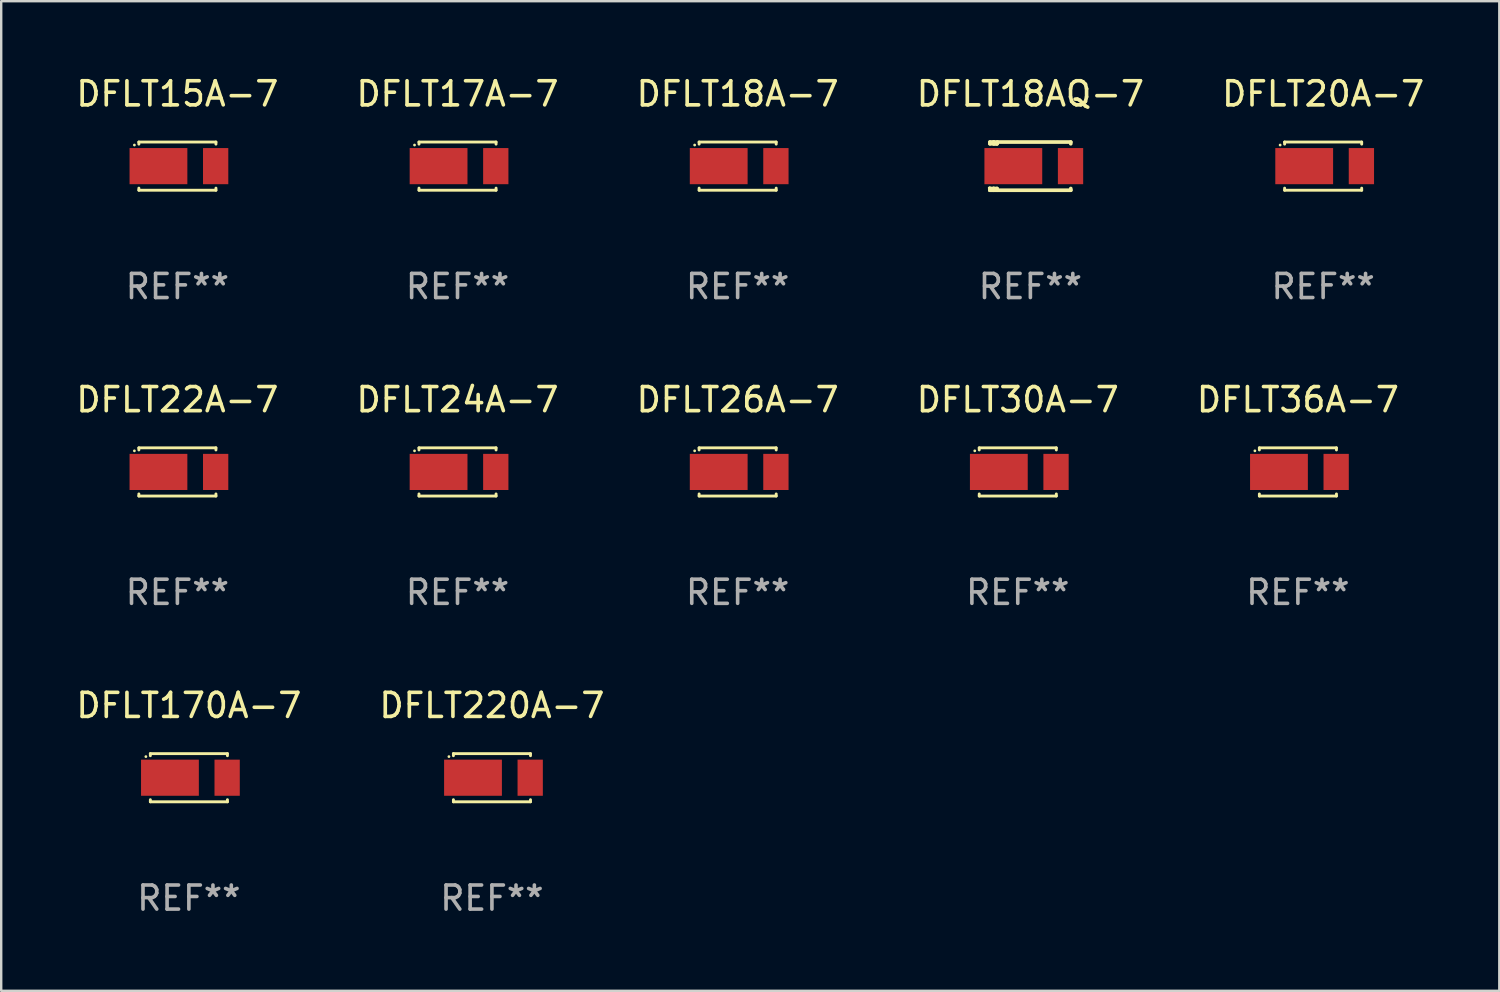
<source format=kicad_pcb>
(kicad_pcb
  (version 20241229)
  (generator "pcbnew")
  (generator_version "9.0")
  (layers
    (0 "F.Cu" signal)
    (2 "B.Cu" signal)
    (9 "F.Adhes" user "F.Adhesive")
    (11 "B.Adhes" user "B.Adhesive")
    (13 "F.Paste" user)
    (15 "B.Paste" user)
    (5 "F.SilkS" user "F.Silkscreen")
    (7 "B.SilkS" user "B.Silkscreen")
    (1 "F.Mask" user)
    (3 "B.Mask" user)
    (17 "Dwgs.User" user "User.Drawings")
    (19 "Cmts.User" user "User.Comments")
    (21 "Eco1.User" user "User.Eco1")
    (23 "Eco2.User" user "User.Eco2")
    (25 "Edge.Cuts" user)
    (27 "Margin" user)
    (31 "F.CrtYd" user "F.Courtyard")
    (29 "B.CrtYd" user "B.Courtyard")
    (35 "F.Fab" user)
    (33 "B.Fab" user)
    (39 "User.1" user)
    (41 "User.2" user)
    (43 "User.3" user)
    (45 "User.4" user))
  (footprint "DFLT18A-7"
    (layer "F.Cu")
    (at 27.577 3.848)
    (property "Reference" "DFLT18A-7" (at 0 -3 0) (layer "F.SilkS") (effects (font (size 1 1) (thickness 0.15))))
    (attr through_hole)
    (fp_line (start -1.599 -1) (end -1.599 -0.913) (stroke (width 0.12) (type solid)) (layer "F.SilkS"))
    (fp_line (start -1.599 0.913) (end -1.599 1) (stroke (width 0.12) (type solid)) (layer "F.SilkS"))
    (fp_line (start -1.599 1) (end 1.601 1) (stroke (width 0.12) (type solid)) (layer "F.SilkS"))
    (fp_line (start 1.599 -1) (end -1.601 -1) (stroke (width 0.12) (type solid)) (layer "F.SilkS"))
    (fp_line (start 1.601 -1) (end 1.601 -0.913) (stroke (width 0.12) (type solid)) (layer "F.SilkS"))
    (fp_line (start 1.601 0.913) (end 1.601 1) (stroke (width 0.12) (type solid)) (layer "F.SilkS"))
    (fp_circle (center -1.785 -0.876) (end -1.755 -0.876) (stroke (width 0.06) (type solid)) (fill no) (layer "F.SilkS"))
    (fp_text user "REF**" (at 0 5 0) (layer "F.Fab") (effects (font (size 1 1) (thickness 0.15))))
    (pad "1" smd rect (at -0.786 0 180) (size 2.4 1.5) (layers "F.Cu" "F.Mask" "F.Paste"))
    (pad "2" smd rect (at 1.589 0 180) (size 1.05 1.5) (layers "F.Cu" "F.Mask" "F.Paste")))
  (footprint "DFLT170A-7"
    (layer "F.Cu")
    (at 4.792 29.241)
    (property "Reference" "DFLT170A-7" (at 0 -3 0) (layer "F.SilkS") (effects (font (size 1 1) (thickness 0.15))))
    (attr through_hole)
    (fp_line (start -1.599 -1) (end -1.599 -0.913) (stroke (width 0.12) (type solid)) (layer "F.SilkS"))
    (fp_line (start -1.599 0.913) (end -1.599 1) (stroke (width 0.12) (type solid)) (layer "F.SilkS"))
    (fp_line (start -1.599 1) (end 1.601 1) (stroke (width 0.12) (type solid)) (layer "F.SilkS"))
    (fp_line (start 1.599 -1) (end -1.601 -1) (stroke (width 0.12) (type solid)) (layer "F.SilkS"))
    (fp_line (start 1.601 -1) (end 1.601 -0.913) (stroke (width 0.12) (type solid)) (layer "F.SilkS"))
    (fp_line (start 1.601 0.913) (end 1.601 1) (stroke (width 0.12) (type solid)) (layer "F.SilkS"))
    (fp_circle (center -1.785 -0.876) (end -1.755 -0.876) (stroke (width 0.06) (type solid)) (fill no) (layer "F.SilkS"))
    (fp_text user "REF**" (at 0 5 0) (layer "F.Fab") (effects (font (size 1 1) (thickness 0.15))))
    (pad "1" smd rect (at -0.786 0 180) (size 2.4 1.5) (layers "F.Cu" "F.Mask" "F.Paste"))
    (pad "2" smd rect (at 1.589 0 180) (size 1.05 1.5) (layers "F.Cu" "F.Mask" "F.Paste")))
  (footprint "DFLT30A-7"
    (layer "F.Cu")
    (at 39.208 16.545)
    (property "Reference" "DFLT30A-7" (at 0 -3 0) (layer "F.SilkS") (effects (font (size 1 1) (thickness 0.15))))
    (attr through_hole)
    (fp_line (start -1.599 -1) (end -1.599 -0.913) (stroke (width 0.12) (type solid)) (layer "F.SilkS"))
    (fp_line (start -1.599 0.913) (end -1.599 1) (stroke (width 0.12) (type solid)) (layer "F.SilkS"))
    (fp_line (start -1.599 1) (end 1.601 1) (stroke (width 0.12) (type solid)) (layer "F.SilkS"))
    (fp_line (start 1.599 -1) (end -1.601 -1) (stroke (width 0.12) (type solid)) (layer "F.SilkS"))
    (fp_line (start 1.601 -1) (end 1.601 -0.913) (stroke (width 0.12) (type solid)) (layer "F.SilkS"))
    (fp_line (start 1.601 0.913) (end 1.601 1) (stroke (width 0.12) (type solid)) (layer "F.SilkS"))
    (fp_circle (center -1.785 -0.876) (end -1.755 -0.876) (stroke (width 0.06) (type solid)) (fill no) (layer "F.SilkS"))
    (fp_text user "REF**" (at 0 5 0) (layer "F.Fab") (effects (font (size 1 1) (thickness 0.15))))
    (pad "1" smd rect (at -0.786 0 180) (size 2.4 1.5) (layers "F.Cu" "F.Mask" "F.Paste"))
    (pad "2" smd rect (at 1.589 0 180) (size 1.05 1.5) (layers "F.Cu" "F.Mask" "F.Paste")))
  (footprint "DFLT26A-7"
    (layer "F.Cu")
    (at 27.577 16.545)
    (property "Reference" "DFLT26A-7" (at 0 -3 0) (layer "F.SilkS") (effects (font (size 1 1) (thickness 0.15))))
    (attr through_hole)
    (fp_line (start -1.599 -1) (end -1.599 -0.913) (stroke (width 0.12) (type solid)) (layer "F.SilkS"))
    (fp_line (start -1.599 0.913) (end -1.599 1) (stroke (width 0.12) (type solid)) (layer "F.SilkS"))
    (fp_line (start -1.599 1) (end 1.601 1) (stroke (width 0.12) (type solid)) (layer "F.SilkS"))
    (fp_line (start 1.599 -1) (end -1.601 -1) (stroke (width 0.12) (type solid)) (layer "F.SilkS"))
    (fp_line (start 1.601 -1) (end 1.601 -0.913) (stroke (width 0.12) (type solid)) (layer "F.SilkS"))
    (fp_line (start 1.601 0.913) (end 1.601 1) (stroke (width 0.12) (type solid)) (layer "F.SilkS"))
    (fp_circle (center -1.785 -0.876) (end -1.755 -0.876) (stroke (width 0.06) (type solid)) (fill no) (layer "F.SilkS"))
    (fp_text user "REF**" (at 0 5 0) (layer "F.Fab") (effects (font (size 1 1) (thickness 0.15))))
    (pad "1" smd rect (at -0.786 0 180) (size 2.4 1.5) (layers "F.Cu" "F.Mask" "F.Paste"))
    (pad "2" smd rect (at 1.589 0 180) (size 1.05 1.5) (layers "F.Cu" "F.Mask" "F.Paste")))
  (footprint "DFLT24A-7"
    (layer "F.Cu")
    (at 15.946 16.545)
    (property "Reference" "DFLT24A-7" (at 0 -3 0) (layer "F.SilkS") (effects (font (size 1 1) (thickness 0.15))))
    (attr through_hole)
    (fp_line (start -1.599 -1) (end -1.599 -0.913) (stroke (width 0.12) (type solid)) (layer "F.SilkS"))
    (fp_line (start -1.599 0.913) (end -1.599 1) (stroke (width 0.12) (type solid)) (layer "F.SilkS"))
    (fp_line (start -1.599 1) (end 1.601 1) (stroke (width 0.12) (type solid)) (layer "F.SilkS"))
    (fp_line (start 1.599 -1) (end -1.601 -1) (stroke (width 0.12) (type solid)) (layer "F.SilkS"))
    (fp_line (start 1.601 -1) (end 1.601 -0.913) (stroke (width 0.12) (type solid)) (layer "F.SilkS"))
    (fp_line (start 1.601 0.913) (end 1.601 1) (stroke (width 0.12) (type solid)) (layer "F.SilkS"))
    (fp_circle (center -1.785 -0.876) (end -1.755 -0.876) (stroke (width 0.06) (type solid)) (fill no) (layer "F.SilkS"))
    (fp_text user "REF**" (at 0 5 0) (layer "F.Fab") (effects (font (size 1 1) (thickness 0.15))))
    (pad "1" smd rect (at -0.786 0 180) (size 2.4 1.5) (layers "F.Cu" "F.Mask" "F.Paste"))
    (pad "2" smd rect (at 1.589 0 180) (size 1.05 1.5) (layers "F.Cu" "F.Mask" "F.Paste")))
  (footprint "DFLT220A-7"
    (layer "F.Cu")
    (at 17.375 29.241)
    (property "Reference" "DFLT220A-7" (at 0 -3 0) (layer "F.SilkS") (effects (font (size 1 1) (thickness 0.15))))
    (attr through_hole)
    (fp_line (start -1.599 -1) (end -1.599 -0.913) (stroke (width 0.12) (type solid)) (layer "F.SilkS"))
    (fp_line (start -1.599 0.913) (end -1.599 1) (stroke (width 0.12) (type solid)) (layer "F.SilkS"))
    (fp_line (start -1.599 1) (end 1.601 1) (stroke (width 0.12) (type solid)) (layer "F.SilkS"))
    (fp_line (start 1.599 -1) (end -1.601 -1) (stroke (width 0.12) (type solid)) (layer "F.SilkS"))
    (fp_line (start 1.601 -1) (end 1.601 -0.913) (stroke (width 0.12) (type solid)) (layer "F.SilkS"))
    (fp_line (start 1.601 0.913) (end 1.601 1) (stroke (width 0.12) (type solid)) (layer "F.SilkS"))
    (fp_circle (center -1.785 -0.876) (end -1.755 -0.876) (stroke (width 0.06) (type solid)) (fill no) (layer "F.SilkS"))
    (fp_text user "REF**" (at 0 5 0) (layer "F.Fab") (effects (font (size 1 1) (thickness 0.15))))
    (pad "1" smd rect (at -0.786 0 180) (size 2.4 1.5) (layers "F.Cu" "F.Mask" "F.Paste"))
    (pad "2" smd rect (at 1.589 0 180) (size 1.05 1.5) (layers "F.Cu" "F.Mask" "F.Paste")))
  (footprint "DFLT18AQ-7"
    (layer "F.Cu")
    (at 39.732 3.848)
    (property "Reference" "DFLT18AQ-7" (at 0 -3 0) (layer "F.SilkS") (effects (font (size 1 1) (thickness 0.15))))
    (attr through_hole)
    (fp_line (start -1.68 -1) (end -1.68 -0.929) (stroke (width 0.152) (type solid)) (layer "F.SilkS"))
    (fp_line (start -1.68 0.929) (end -1.68 1) (stroke (width 0.152) (type solid)) (layer "F.SilkS"))
    (fp_line (start -1.68 1) (end -1.68 0.929) (stroke (width 0.152) (type solid)) (layer "F.SilkS"))
    (fp_line (start -1.523 -1) (end -1.68 -1) (stroke (width 0.152) (type solid)) (layer "F.SilkS"))
    (fp_line (start -1.523 -1) (end -1.523 -0.929) (stroke (width 0.152) (type solid)) (layer "F.SilkS"))
    (fp_line (start -1.523 0.929) (end -1.68 0.929) (stroke (width 0.152) (type solid)) (layer "F.SilkS"))
    (fp_line (start -1.523 0.929) (end -1.523 1) (stroke (width 0.152) (type solid)) (layer "F.SilkS"))
    (fp_line (start -1.523 0.929) (end -1.384 0.929) (stroke (width 0.152) (type solid)) (layer "F.SilkS"))
    (fp_line (start -1.523 1) (end -1.68 1) (stroke (width 0.152) (type solid)) (layer "F.SilkS"))
    (fp_line (start -1.52 1) (end 1.68 1) (stroke (width 0.152) (type solid)) (layer "F.SilkS"))
    (fp_line (start -1.384 -0.982) (end -1.366 -1) (stroke (width 0.152) (type solid)) (layer "F.SilkS"))
    (fp_line (start -1.384 -0.929) (end -1.68 -0.929) (stroke (width 0.152) (type solid)) (layer "F.SilkS"))
    (fp_line (start -1.384 -0.929) (end -1.523 -0.929) (stroke (width 0.152) (type solid)) (layer "F.SilkS"))
    (fp_line (start -1.384 -0.929) (end -1.384 -0.982) (stroke (width 0.152) (type solid)) (layer "F.SilkS"))
    (fp_line (start -1.384 1) (end -1.384 0.929) (stroke (width 0.152) (type solid)) (layer "F.SilkS"))
    (fp_line (start 1.677 -1) (end -1.523 -1) (stroke (width 0.152) (type solid)) (layer "F.SilkS"))
    (fp_line (start 1.677 -1) (end 1.677 -0.929) (stroke (width 0.152) (type solid)) (layer "F.SilkS"))
    (fp_line (start 1.677 0.929) (end 1.677 1) (stroke (width 0.152) (type solid)) (layer "F.SilkS"))
    (fp_circle (center -1.708 0.905) (end -1.678 0.905) (stroke (width 0.06) (type solid)) (fill no) (layer "F.SilkS"))
    (fp_text user "REF**" (at 0 5 0) (layer "F.Fab") (effects (font (size 1 1) (thickness 0.15))))
    (pad "1" smd rect (at -0.708 0 180) (size 2.4 1.5) (layers "F.Cu" "F.Mask" "F.Paste"))
    (pad "2" smd rect (at 1.667 0 180) (size 1.05 1.5) (layers "F.Cu" "F.Mask" "F.Paste")))
  (footprint "DFLT22A-7"
    (layer "F.Cu")
    (at 4.315 16.545)
    (property "Reference" "DFLT22A-7" (at 0 -3 0) (layer "F.SilkS") (effects (font (size 1 1) (thickness 0.15))))
    (attr through_hole)
    (fp_line (start -1.599 -1) (end -1.599 -0.913) (stroke (width 0.12) (type solid)) (layer "F.SilkS"))
    (fp_line (start -1.599 0.913) (end -1.599 1) (stroke (width 0.12) (type solid)) (layer "F.SilkS"))
    (fp_line (start -1.599 1) (end 1.601 1) (stroke (width 0.12) (type solid)) (layer "F.SilkS"))
    (fp_line (start 1.599 -1) (end -1.601 -1) (stroke (width 0.12) (type solid)) (layer "F.SilkS"))
    (fp_line (start 1.601 -1) (end 1.601 -0.913) (stroke (width 0.12) (type solid)) (layer "F.SilkS"))
    (fp_line (start 1.601 0.913) (end 1.601 1) (stroke (width 0.12) (type solid)) (layer "F.SilkS"))
    (fp_circle (center -1.785 -0.876) (end -1.755 -0.876) (stroke (width 0.06) (type solid)) (fill no) (layer "F.SilkS"))
    (fp_text user "REF**" (at 0 5 0) (layer "F.Fab") (effects (font (size 1 1) (thickness 0.15))))
    (pad "1" smd rect (at -0.786 0 180) (size 2.4 1.5) (layers "F.Cu" "F.Mask" "F.Paste"))
    (pad "2" smd rect (at 1.589 0 180) (size 1.05 1.5) (layers "F.Cu" "F.Mask" "F.Paste")))
  (footprint "DFLT17A-7"
    (layer "F.Cu")
    (at 15.946 3.848)
    (property "Reference" "DFLT17A-7" (at 0 -3 0) (layer "F.SilkS") (effects (font (size 1 1) (thickness 0.15))))
    (attr through_hole)
    (fp_line (start -1.599 -1) (end -1.599 -0.913) (stroke (width 0.12) (type solid)) (layer "F.SilkS"))
    (fp_line (start -1.599 0.913) (end -1.599 1) (stroke (width 0.12) (type solid)) (layer "F.SilkS"))
    (fp_line (start -1.599 1) (end 1.601 1) (stroke (width 0.12) (type solid)) (layer "F.SilkS"))
    (fp_line (start 1.599 -1) (end -1.601 -1) (stroke (width 0.12) (type solid)) (layer "F.SilkS"))
    (fp_line (start 1.601 -1) (end 1.601 -0.913) (stroke (width 0.12) (type solid)) (layer "F.SilkS"))
    (fp_line (start 1.601 0.913) (end 1.601 1) (stroke (width 0.12) (type solid)) (layer "F.SilkS"))
    (fp_circle (center -1.785 -0.876) (end -1.755 -0.876) (stroke (width 0.06) (type solid)) (fill no) (layer "F.SilkS"))
    (fp_text user "REF**" (at 0 5 0) (layer "F.Fab") (effects (font (size 1 1) (thickness 0.15))))
    (pad "1" smd rect (at -0.786 0 180) (size 2.4 1.5) (layers "F.Cu" "F.Mask" "F.Paste"))
    (pad "2" smd rect (at 1.589 0 180) (size 1.05 1.5) (layers "F.Cu" "F.Mask" "F.Paste")))
  (footprint "DFLT36A-7"
    (layer "F.Cu")
    (at 50.839 16.545)
    (property "Reference" "DFLT36A-7" (at 0 -3 0) (layer "F.SilkS") (effects (font (size 1 1) (thickness 0.15))))
    (attr through_hole)
    (fp_line (start -1.599 -1) (end -1.599 -0.913) (stroke (width 0.12) (type solid)) (layer "F.SilkS"))
    (fp_line (start -1.599 0.913) (end -1.599 1) (stroke (width 0.12) (type solid)) (layer "F.SilkS"))
    (fp_line (start -1.599 1) (end 1.601 1) (stroke (width 0.12) (type solid)) (layer "F.SilkS"))
    (fp_line (start 1.599 -1) (end -1.601 -1) (stroke (width 0.12) (type solid)) (layer "F.SilkS"))
    (fp_line (start 1.601 -1) (end 1.601 -0.913) (stroke (width 0.12) (type solid)) (layer "F.SilkS"))
    (fp_line (start 1.601 0.913) (end 1.601 1) (stroke (width 0.12) (type solid)) (layer "F.SilkS"))
    (fp_circle (center -1.785 -0.876) (end -1.755 -0.876) (stroke (width 0.06) (type solid)) (fill no) (layer "F.SilkS"))
    (fp_text user "REF**" (at 0 5 0) (layer "F.Fab") (effects (font (size 1 1) (thickness 0.15))))
    (pad "1" smd rect (at -0.786 0 180) (size 2.4 1.5) (layers "F.Cu" "F.Mask" "F.Paste"))
    (pad "2" smd rect (at 1.589 0 180) (size 1.05 1.5) (layers "F.Cu" "F.Mask" "F.Paste")))
  (footprint "DFLT20A-7"
    (layer "F.Cu")
    (at 51.887 3.848)
    (property "Reference" "DFLT20A-7" (at 0 -3 0) (layer "F.SilkS") (effects (font (size 1 1) (thickness 0.15))))
    (attr through_hole)
    (fp_line (start -1.599 -1) (end -1.599 -0.913) (stroke (width 0.12) (type solid)) (layer "F.SilkS"))
    (fp_line (start -1.599 0.913) (end -1.599 1) (stroke (width 0.12) (type solid)) (layer "F.SilkS"))
    (fp_line (start -1.599 1) (end 1.601 1) (stroke (width 0.12) (type solid)) (layer "F.SilkS"))
    (fp_line (start 1.599 -1) (end -1.601 -1) (stroke (width 0.12) (type solid)) (layer "F.SilkS"))
    (fp_line (start 1.601 -1) (end 1.601 -0.913) (stroke (width 0.12) (type solid)) (layer "F.SilkS"))
    (fp_line (start 1.601 0.913) (end 1.601 1) (stroke (width 0.12) (type solid)) (layer "F.SilkS"))
    (fp_circle (center -1.785 -0.876) (end -1.755 -0.876) (stroke (width 0.06) (type solid)) (fill no) (layer "F.SilkS"))
    (fp_text user "REF**" (at 0 5 0) (layer "F.Fab") (effects (font (size 1 1) (thickness 0.15))))
    (pad "1" smd rect (at -0.786 0 180) (size 2.4 1.5) (layers "F.Cu" "F.Mask" "F.Paste"))
    (pad "2" smd rect (at 1.589 0 180) (size 1.05 1.5) (layers "F.Cu" "F.Mask" "F.Paste")))
  (footprint "DFLT15A-7"
    (layer "F.Cu")
    (at 4.315 3.848)
    (property "Reference" "DFLT15A-7" (at 0 -3 0) (layer "F.SilkS") (effects (font (size 1 1) (thickness 0.15))))
    (attr through_hole)
    (fp_line (start -1.599 -1) (end -1.599 -0.913) (stroke (width 0.12) (type solid)) (layer "F.SilkS"))
    (fp_line (start -1.599 0.913) (end -1.599 1) (stroke (width 0.12) (type solid)) (layer "F.SilkS"))
    (fp_line (start -1.599 1) (end 1.601 1) (stroke (width 0.12) (type solid)) (layer "F.SilkS"))
    (fp_line (start 1.599 -1) (end -1.601 -1) (stroke (width 0.12) (type solid)) (layer "F.SilkS"))
    (fp_line (start 1.601 -1) (end 1.601 -0.913) (stroke (width 0.12) (type solid)) (layer "F.SilkS"))
    (fp_line (start 1.601 0.913) (end 1.601 1) (stroke (width 0.12) (type solid)) (layer "F.SilkS"))
    (fp_circle (center -1.785 -0.876) (end -1.755 -0.876) (stroke (width 0.06) (type solid)) (fill no) (layer "F.SilkS"))
    (fp_text user "REF**" (at 0 5 0) (layer "F.Fab") (effects (font (size 1 1) (thickness 0.15))))
    (pad "1" smd rect (at -0.786 0 180) (size 2.4 1.5) (layers "F.Cu" "F.Mask" "F.Paste"))
    (pad "2" smd rect (at 1.589 0 180) (size 1.05 1.5) (layers "F.Cu" "F.Mask" "F.Paste")))
  (gr_rect
    (start -3 -3)
    (end 59.202 38.09)
    (stroke (width 0.1) (type default))
    (fill no)
    (layer "Edge.Cuts")))
</source>
